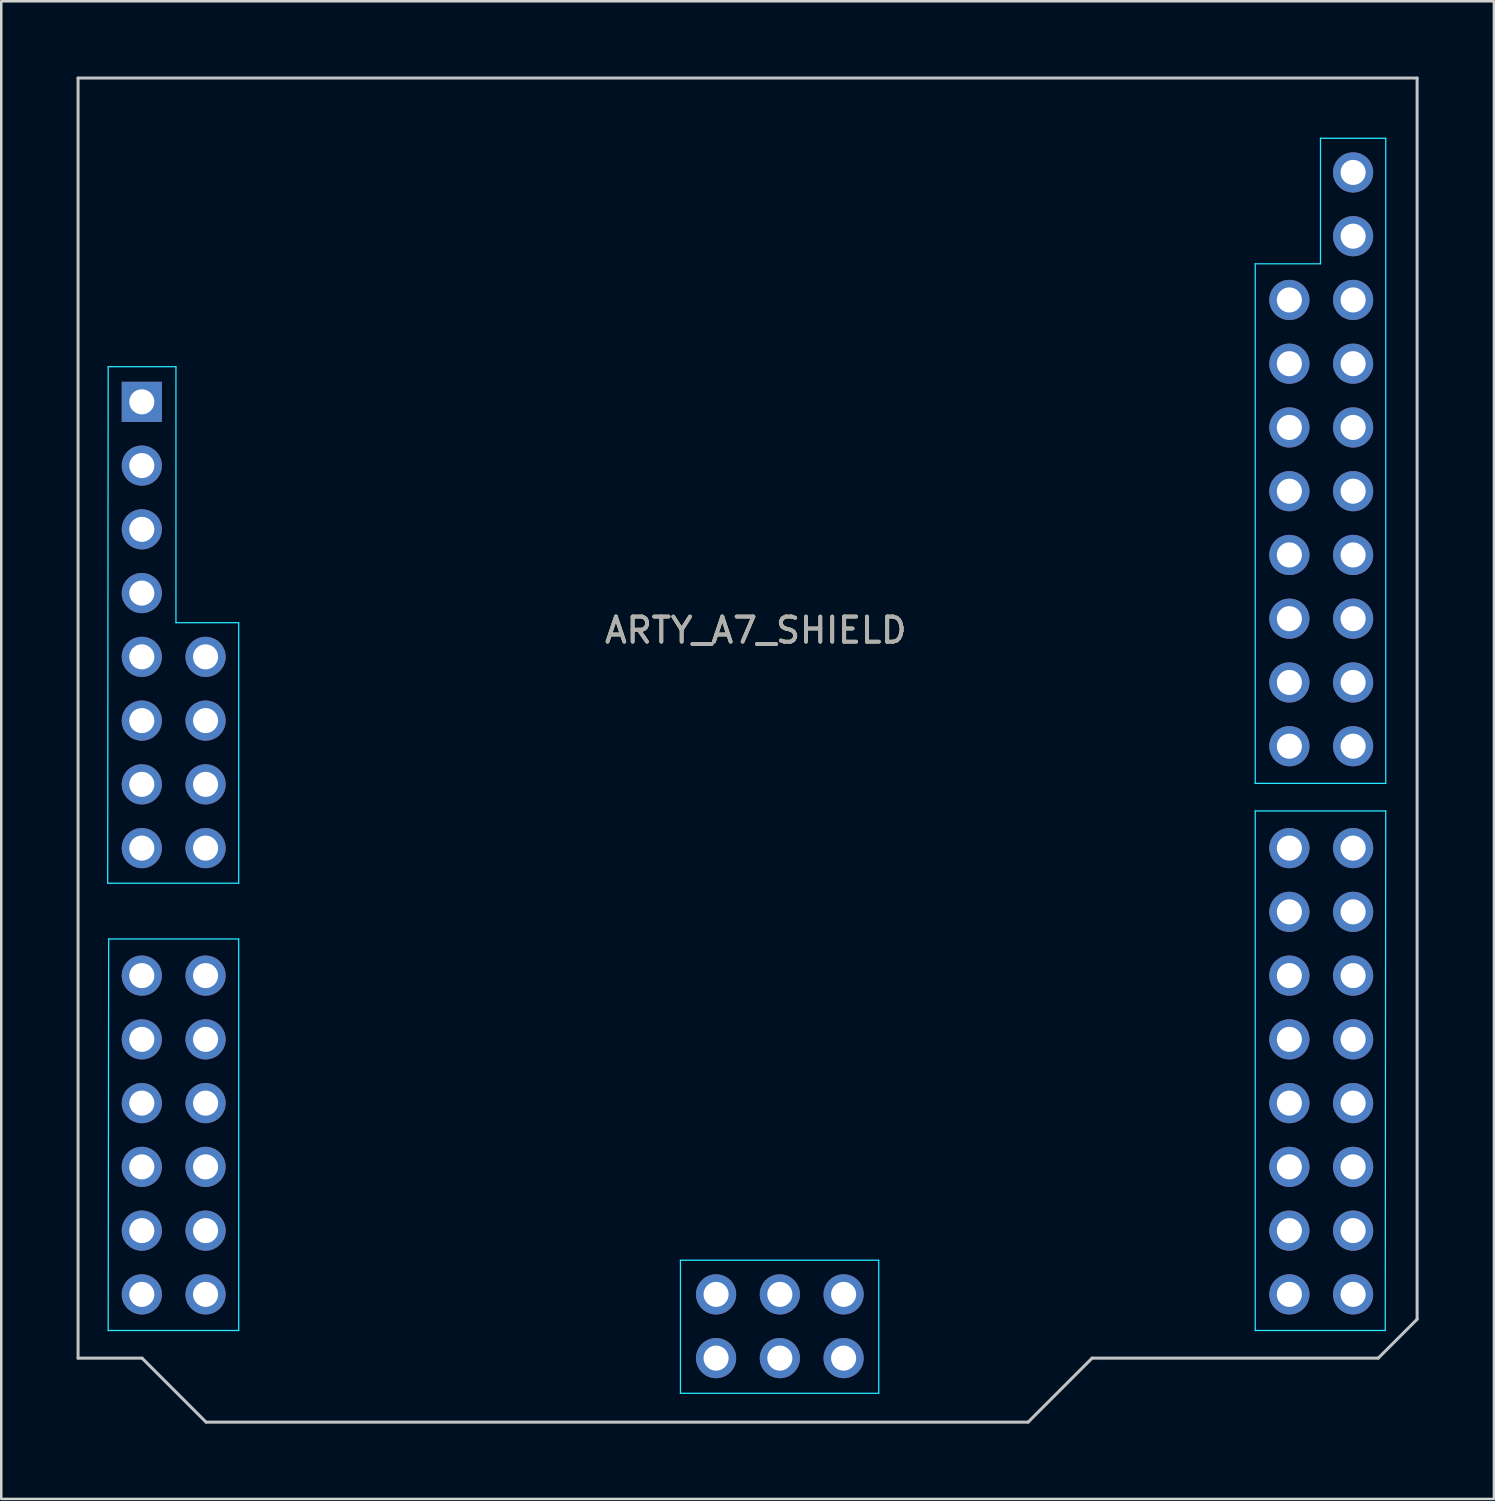
<source format=kicad_pcb>
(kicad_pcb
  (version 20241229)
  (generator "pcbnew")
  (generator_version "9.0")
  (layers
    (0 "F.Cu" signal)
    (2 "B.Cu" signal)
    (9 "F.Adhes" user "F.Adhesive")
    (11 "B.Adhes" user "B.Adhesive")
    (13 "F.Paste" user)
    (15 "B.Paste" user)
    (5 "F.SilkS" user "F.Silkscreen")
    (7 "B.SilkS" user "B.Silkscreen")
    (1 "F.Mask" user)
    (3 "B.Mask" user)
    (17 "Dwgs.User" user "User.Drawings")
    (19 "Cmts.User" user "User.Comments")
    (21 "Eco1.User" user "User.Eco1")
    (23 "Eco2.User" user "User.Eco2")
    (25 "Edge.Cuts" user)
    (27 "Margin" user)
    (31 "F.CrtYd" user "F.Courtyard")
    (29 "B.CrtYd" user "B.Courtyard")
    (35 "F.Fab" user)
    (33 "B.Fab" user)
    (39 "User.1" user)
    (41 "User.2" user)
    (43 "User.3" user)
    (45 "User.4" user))
  (footprint "ARTY_A7_SHIELD"
    (layer "F.Cu")
    (at 27.06 26.06)
    (property "Reference" "ARTY_A7_SHIELD" (at 0 -4 0) (layer "F.SilkS") (effects (font (size 1 1) (thickness 0.15))))
    (attr through_hole)
    (fp_line (start -27 -26) (end -27 25) (stroke (width 0.12) (type solid)) (layer "Dwgs.User"))
    (fp_line (start -27 25) (end -24.45 25) (stroke (width 0.12) (type solid)) (layer "Dwgs.User"))
    (fp_line (start -24.45 25) (end -21.9 27.55) (stroke (width 0.12) (type solid)) (layer "Dwgs.User"))
    (fp_line (start -21.9 27.55) (end 10.85 27.55) (stroke (width 0.12) (type solid)) (layer "Dwgs.User"))
    (fp_line (start 10.85 27.55) (end 13.4 25) (stroke (width 0.12) (type solid)) (layer "Dwgs.User"))
    (fp_line (start 13.4 25) (end 24.8 25) (stroke (width 0.12) (type solid)) (layer "Dwgs.User"))
    (fp_line (start 24.8 25) (end 26.35 23.45) (stroke (width 0.12) (type solid)) (layer "Dwgs.User"))
    (fp_line (start 26.35 -26) (end -27 -26) (stroke (width 0.12) (type solid)) (layer "Dwgs.User"))
    (fp_line (start 26.35 23.45) (end 26.35 -26) (stroke (width 0.12) (type solid)) (layer "Dwgs.User"))
    (fp_line (start -25.82 6.08) (end -25.8 -14.5) (stroke (width 0.05) (type solid)) (layer "B.CrtYd"))
    (fp_line (start -25.8 -14.5) (end -23.1 -14.5) (stroke (width 0.05) (type solid)) (layer "B.CrtYd"))
    (fp_line (start -25.8 23.9) (end -25.78 8.3) (stroke (width 0.05) (type solid)) (layer "B.CrtYd"))
    (fp_line (start -25.78 8.3) (end -20.6 8.3) (stroke (width 0.05) (type solid)) (layer "B.CrtYd"))
    (fp_line (start -23.1 -14.5) (end -23.1 -4.3) (stroke (width 0.05) (type solid)) (layer "B.CrtYd"))
    (fp_line (start -23.1 -4.3) (end -20.6 -4.3) (stroke (width 0.05) (type solid)) (layer "B.CrtYd"))
    (fp_line (start -20.6 -4.3) (end -20.6 6.08) (stroke (width 0.05) (type solid)) (layer "B.CrtYd"))
    (fp_line (start -20.6 6.08) (end -25.82 6.08) (stroke (width 0.05) (type solid)) (layer "B.CrtYd"))
    (fp_line (start -20.6 8.3) (end -20.6 23.9) (stroke (width 0.05) (type solid)) (layer "B.CrtYd"))
    (fp_line (start -20.6 23.9) (end -25.8 23.9) (stroke (width 0.05) (type solid)) (layer "B.CrtYd"))
    (fp_line (start -3 21.1) (end 4.9 21.1) (stroke (width 0.05) (type solid)) (layer "B.CrtYd"))
    (fp_line (start -3 26.4) (end -3 21.1) (stroke (width 0.05) (type solid)) (layer "B.CrtYd"))
    (fp_line (start 4.9 21.1) (end 4.9 26.4) (stroke (width 0.05) (type solid)) (layer "B.CrtYd"))
    (fp_line (start 4.9 26.4) (end -3 26.4) (stroke (width 0.05) (type solid)) (layer "B.CrtYd"))
    (fp_line (start 19.9 -18.6) (end 22.5 -18.6) (stroke (width 0.05) (type solid)) (layer "B.CrtYd"))
    (fp_line (start 19.9 2.1) (end 19.9 -18.6) (stroke (width 0.05) (type solid)) (layer "B.CrtYd"))
    (fp_line (start 19.9 3.2) (end 25.1 3.2) (stroke (width 0.05) (type solid)) (layer "B.CrtYd"))
    (fp_line (start 19.9 23.9) (end 19.9 3.2) (stroke (width 0.05) (type solid)) (layer "B.CrtYd"))
    (fp_line (start 22.5 -23.6) (end 25.1 -23.6) (stroke (width 0.05) (type solid)) (layer "B.CrtYd"))
    (fp_line (start 22.5 -18.6) (end 22.5 -23.6) (stroke (width 0.05) (type solid)) (layer "B.CrtYd"))
    (fp_line (start 25.08 23.9) (end 19.9 23.9) (stroke (width 0.05) (type solid)) (layer "B.CrtYd"))
    (fp_line (start 25.1 -23.6) (end 25.1 2.1) (stroke (width 0.05) (type solid)) (layer "B.CrtYd"))
    (fp_line (start 25.1 2.1) (end 19.9 2.1) (stroke (width 0.05) (type solid)) (layer "B.CrtYd"))
    (fp_line (start 25.1 3.2) (end 25.08 23.9) (stroke (width 0.05) (type solid)) (layer "B.CrtYd"))
    (fp_text user "${REFERENCE}" (at 0 -4 0) (layer "F.Fab") (effects (font (size 1 1) (thickness 0.15))))
    (pad "1" thru_hole rect (at -24.46 -13.1) (size 1.6 1.6) (drill 1) (layers "*.Cu" "*.Mask"))
    (pad "2" thru_hole oval (at -24.46 -10.56) (size 1.6 1.6) (drill 1) (layers "*.Cu" "*.Mask"))
    (pad "3" thru_hole oval (at -24.46 -8.02) (size 1.6 1.6) (drill 1) (layers "*.Cu" "*.Mask"))
    (pad "4" thru_hole oval (at -24.46 -5.48) (size 1.6 1.6) (drill 1) (layers "*.Cu" "*.Mask"))
    (pad "5" thru_hole oval (at -24.46 -2.94) (size 1.6 1.6) (drill 1) (layers "*.Cu" "*.Mask"))
    (pad "6" thru_hole oval (at -24.46 -0.4) (size 1.6 1.6) (drill 1) (layers "*.Cu" "*.Mask"))
    (pad "7" thru_hole oval (at -24.46 2.14) (size 1.6 1.6) (drill 1) (layers "*.Cu" "*.Mask"))
    (pad "8" thru_hole oval (at -24.46 4.68) (size 1.6 1.6) (drill 1) (layers "*.Cu" "*.Mask"))
    (pad "9" thru_hole oval (at -24.46 9.76) (size 1.6 1.6) (drill 1) (layers "*.Cu" "*.Mask"))
    (pad "10" thru_hole oval (at -24.46 12.3) (size 1.6 1.6) (drill 1) (layers "*.Cu" "*.Mask"))
    (pad "11" thru_hole oval (at -24.46 14.84) (size 1.6 1.6) (drill 1) (layers "*.Cu" "*.Mask"))
    (pad "12" thru_hole oval (at -24.46 17.38) (size 1.6 1.6) (drill 1) (layers "*.Cu" "*.Mask"))
    (pad "13" thru_hole oval (at -24.46 19.92) (size 1.6 1.6) (drill 1) (layers "*.Cu" "*.Mask"))
    (pad "14" thru_hole oval (at -24.46 22.46) (size 1.6 1.6) (drill 1) (layers "*.Cu" "*.Mask"))
    (pad "15" thru_hole oval (at -21.92 -2.94) (size 1.6 1.6) (drill 1) (layers "*.Cu" "*.Mask"))
    (pad "16" thru_hole oval (at -21.92 -0.4) (size 1.6 1.6) (drill 1) (layers "*.Cu" "*.Mask"))
    (pad "17" thru_hole oval (at -21.92 2.14) (size 1.6 1.6) (drill 1) (layers "*.Cu" "*.Mask"))
    (pad "18" thru_hole oval (at -21.92 4.68) (size 1.6 1.6) (drill 1) (layers "*.Cu" "*.Mask"))
    (pad "19" thru_hole oval (at -21.92 9.76) (size 1.6 1.6) (drill 1) (layers "*.Cu" "*.Mask"))
    (pad "20" thru_hole oval (at -21.92 12.3) (size 1.6 1.6) (drill 1) (layers "*.Cu" "*.Mask"))
    (pad "21" thru_hole oval (at -21.92 14.84) (size 1.6 1.6) (drill 1) (layers "*.Cu" "*.Mask"))
    (pad "22" thru_hole oval (at -21.92 17.38) (size 1.6 1.6) (drill 1) (layers "*.Cu" "*.Mask"))
    (pad "23" thru_hole oval (at -21.92 19.92) (size 1.6 1.6) (drill 1) (layers "*.Cu" "*.Mask"))
    (pad "24" thru_hole oval (at -21.92 22.46) (size 1.6 1.6) (drill 1) (layers "*.Cu" "*.Mask"))
    (pad "25" thru_hole oval (at -1.58 22.46 90) (size 1.6 1.6) (drill 1) (layers "*.Cu" "*.Mask"))
    (pad "26" thru_hole oval (at -1.58 25 90) (size 1.6 1.6) (drill 1) (layers "*.Cu" "*.Mask"))
    (pad "27" thru_hole oval (at 0.96 22.46 90) (size 1.6 1.6) (drill 1) (layers "*.Cu" "*.Mask"))
    (pad "28" thru_hole oval (at 0.96 25 90) (size 1.6 1.6) (drill 1) (layers "*.Cu" "*.Mask"))
    (pad "29" thru_hole oval (at 3.5 22.46 90) (size 1.6 1.6) (drill 1) (layers "*.Cu" "*.Mask"))
    (pad "30" thru_hole oval (at 3.5 25 90) (size 1.6 1.6) (drill 1) (layers "*.Cu" "*.Mask"))
    (pad "31" thru_hole oval (at 21.26 -17.16) (size 1.6 1.6) (drill 1) (layers "*.Cu" "*.Mask"))
    (pad "32" thru_hole oval (at 21.26 -14.62) (size 1.6 1.6) (drill 1) (layers "*.Cu" "*.Mask"))
    (pad "33" thru_hole oval (at 21.26 -12.08) (size 1.6 1.6) (drill 1) (layers "*.Cu" "*.Mask"))
    (pad "34" thru_hole oval (at 21.26 -9.54) (size 1.6 1.6) (drill 1) (layers "*.Cu" "*.Mask"))
    (pad "35" thru_hole oval (at 21.26 -7) (size 1.6 1.6) (drill 1) (layers "*.Cu" "*.Mask"))
    (pad "36" thru_hole oval (at 21.26 -4.46) (size 1.6 1.6) (drill 1) (layers "*.Cu" "*.Mask"))
    (pad "37" thru_hole oval (at 21.26 -1.92) (size 1.6 1.6) (drill 1) (layers "*.Cu" "*.Mask"))
    (pad "38" thru_hole oval (at 21.26 0.62) (size 1.6 1.6) (drill 1) (layers "*.Cu" "*.Mask"))
    (pad "39" thru_hole oval (at 21.26 4.68) (size 1.6 1.6) (drill 1) (layers "*.Cu" "*.Mask"))
    (pad "40" thru_hole oval (at 21.26 7.22) (size 1.6 1.6) (drill 1) (layers "*.Cu" "*.Mask"))
    (pad "41" thru_hole oval (at 21.26 9.76) (size 1.6 1.6) (drill 1) (layers "*.Cu" "*.Mask"))
    (pad "42" thru_hole oval (at 21.26 12.3) (size 1.6 1.6) (drill 1) (layers "*.Cu" "*.Mask"))
    (pad "43" thru_hole oval (at 21.26 14.84) (size 1.6 1.6) (drill 1) (layers "*.Cu" "*.Mask"))
    (pad "44" thru_hole oval (at 21.26 17.38) (size 1.6 1.6) (drill 1) (layers "*.Cu" "*.Mask"))
    (pad "45" thru_hole oval (at 21.26 19.92) (size 1.6 1.6) (drill 1) (layers "*.Cu" "*.Mask"))
    (pad "46" thru_hole oval (at 21.26 22.46) (size 1.6 1.6) (drill 1) (layers "*.Cu" "*.Mask"))
    (pad "47" thru_hole oval (at 23.8 -22.24) (size 1.6 1.6) (drill 1) (layers "*.Cu" "*.Mask"))
    (pad "48" thru_hole oval (at 23.8 -19.7) (size 1.6 1.6) (drill 1) (layers "*.Cu" "*.Mask"))
    (pad "49" thru_hole oval (at 23.8 -17.16) (size 1.6 1.6) (drill 1) (layers "*.Cu" "*.Mask"))
    (pad "50" thru_hole oval (at 23.8 -14.62) (size 1.6 1.6) (drill 1) (layers "*.Cu" "*.Mask"))
    (pad "51" thru_hole oval (at 23.8 -12.08) (size 1.6 1.6) (drill 1) (layers "*.Cu" "*.Mask"))
    (pad "52" thru_hole oval (at 23.8 -9.54) (size 1.6 1.6) (drill 1) (layers "*.Cu" "*.Mask"))
    (pad "53" thru_hole oval (at 23.8 -7) (size 1.6 1.6) (drill 1) (layers "*.Cu" "*.Mask"))
    (pad "54" thru_hole oval (at 23.8 -4.46) (size 1.6 1.6) (drill 1) (layers "*.Cu" "*.Mask"))
    (pad "55" thru_hole oval (at 23.8 -1.92) (size 1.6 1.6) (drill 1) (layers "*.Cu" "*.Mask"))
    (pad "56" thru_hole oval (at 23.8 0.62) (size 1.6 1.6) (drill 1) (layers "*.Cu" "*.Mask"))
    (pad "57" thru_hole oval (at 23.8 4.68) (size 1.6 1.6) (drill 1) (layers "*.Cu" "*.Mask"))
    (pad "58" thru_hole oval (at 23.8 7.22) (size 1.6 1.6) (drill 1) (layers "*.Cu" "*.Mask"))
    (pad "59" thru_hole oval (at 23.8 9.76) (size 1.6 1.6) (drill 1) (layers "*.Cu" "*.Mask"))
    (pad "60" thru_hole oval (at 23.8 12.3) (size 1.6 1.6) (drill 1) (layers "*.Cu" "*.Mask"))
    (pad "61" thru_hole oval (at 23.8 14.84) (size 1.6 1.6) (drill 1) (layers "*.Cu" "*.Mask"))
    (pad "62" thru_hole oval (at 23.8 17.38) (size 1.6 1.6) (drill 1) (layers "*.Cu" "*.Mask"))
    (pad "63" thru_hole oval (at 23.8 19.92) (size 1.6 1.6) (drill 1) (layers "*.Cu" "*.Mask"))
    (pad "64" thru_hole oval (at 23.8 22.46) (size 1.6 1.6) (drill 1) (layers "*.Cu" "*.Mask")))
  (gr_rect
    (start -3 -3)
    (end 56.47 56.67)
    (stroke (width 0.1) (type default))
    (fill no)
    (layer "Edge.Cuts")))
</source>
